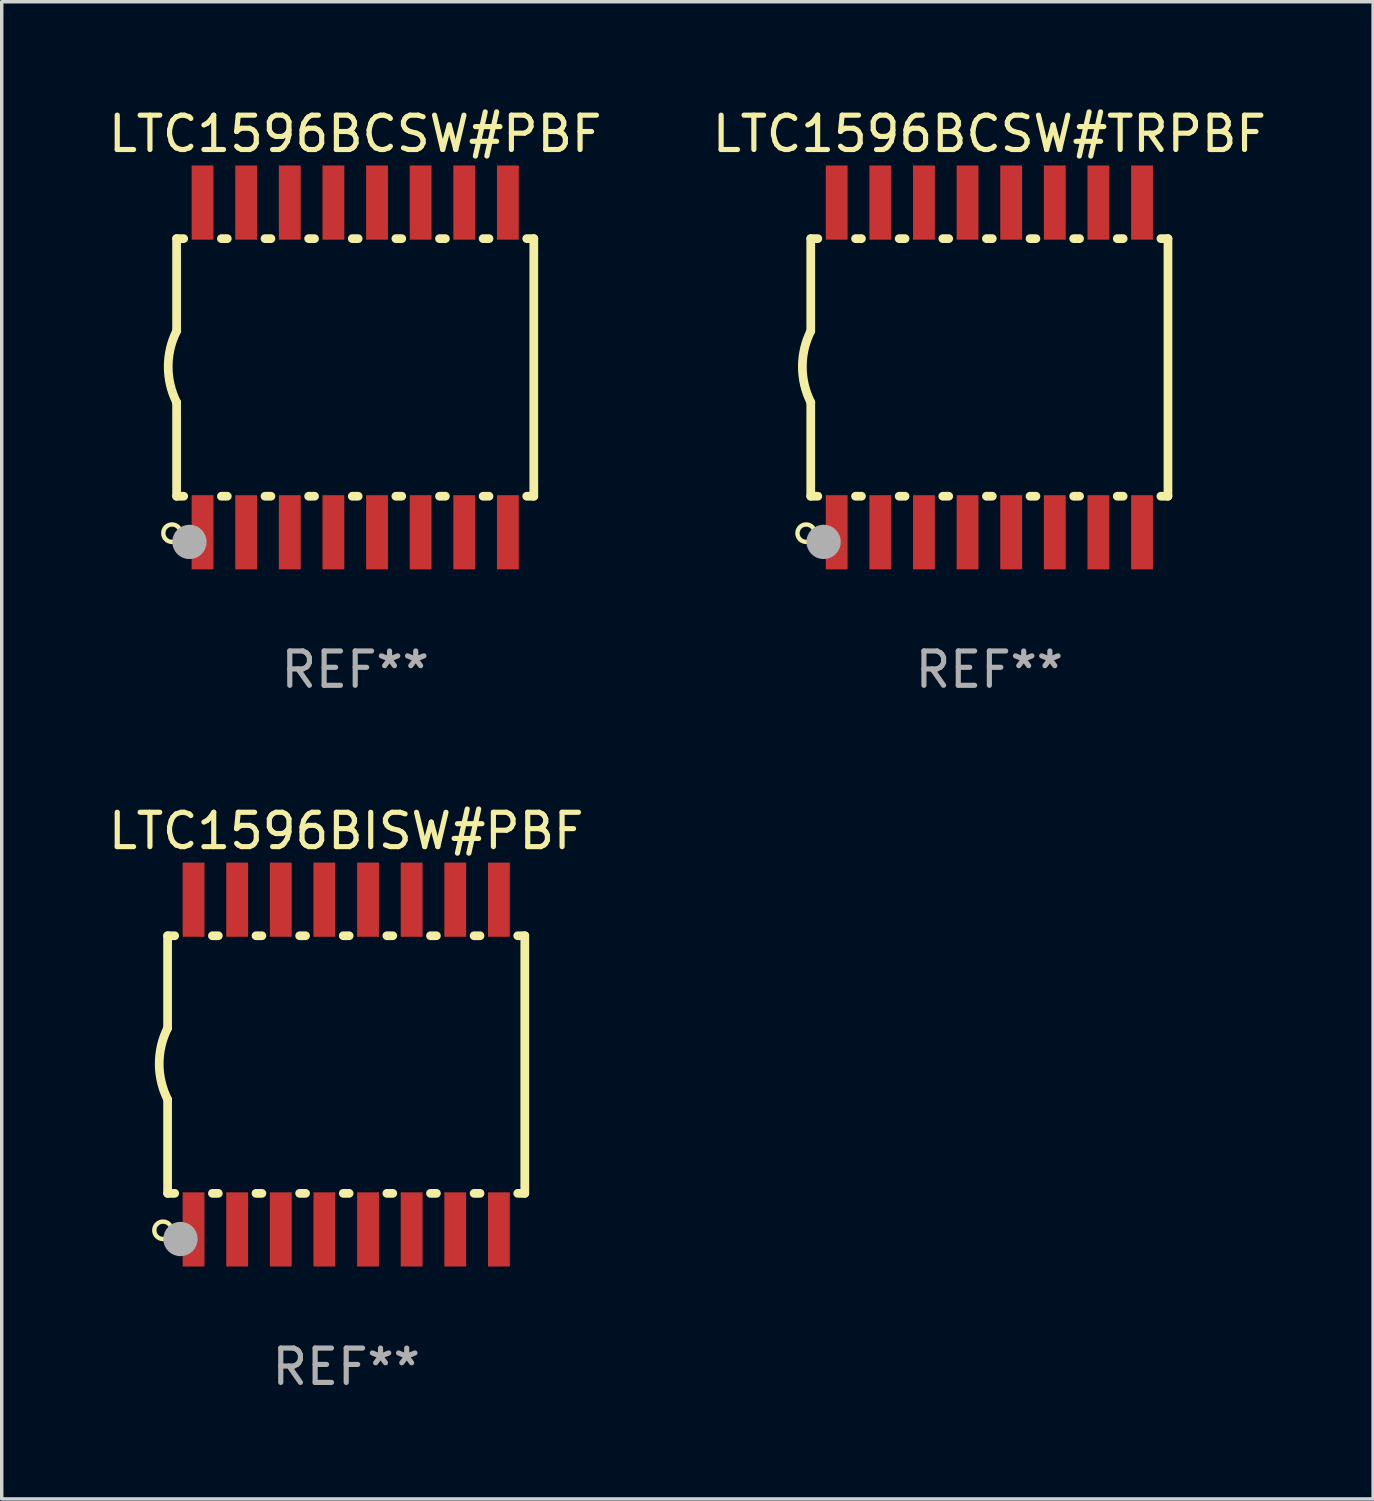
<source format=kicad_pcb>
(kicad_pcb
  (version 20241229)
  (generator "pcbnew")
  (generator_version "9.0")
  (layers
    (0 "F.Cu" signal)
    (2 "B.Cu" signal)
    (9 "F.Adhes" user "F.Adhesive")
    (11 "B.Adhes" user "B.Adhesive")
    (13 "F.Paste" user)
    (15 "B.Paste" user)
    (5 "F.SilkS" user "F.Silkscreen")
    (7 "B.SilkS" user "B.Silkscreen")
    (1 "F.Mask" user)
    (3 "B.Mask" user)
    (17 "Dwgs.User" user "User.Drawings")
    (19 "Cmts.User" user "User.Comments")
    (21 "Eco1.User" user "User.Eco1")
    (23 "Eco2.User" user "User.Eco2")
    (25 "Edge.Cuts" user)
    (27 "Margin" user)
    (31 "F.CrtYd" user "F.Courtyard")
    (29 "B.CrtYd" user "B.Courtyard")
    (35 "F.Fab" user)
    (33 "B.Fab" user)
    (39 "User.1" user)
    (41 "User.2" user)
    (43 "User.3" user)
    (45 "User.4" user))
  (footprint "LTC1596BCSW#PBF"
    (layer "F.Cu")
    (at 7.292 7.648)
    (property "Reference" "LTC1596BCSW#PBF" (at 0 -6.8 0) (layer "F.SilkS") (effects (font (size 1 1) (thickness 0.15))))
    (attr through_hole)
    (fp_line (start -5.2 -3.75) (end -5.2 -1.06) (stroke (width 0.254) (type solid)) (layer "F.SilkS"))
    (fp_line (start -5.2 -3.75) (end -4.994 -3.75) (stroke (width 0.254) (type solid)) (layer "F.SilkS"))
    (fp_line (start -5.2 3.75) (end -5.2 1.016) (stroke (width 0.254) (type solid)) (layer "F.SilkS"))
    (fp_line (start -5.2 3.75) (end -4.994 3.75) (stroke (width 0.254) (type solid)) (layer "F.SilkS"))
    (fp_line (start -3.896 -3.75) (end -3.724 -3.75) (stroke (width 0.254) (type solid)) (layer "F.SilkS"))
    (fp_line (start -3.896 3.75) (end -3.724 3.75) (stroke (width 0.254) (type solid)) (layer "F.SilkS"))
    (fp_line (start -2.626 -3.75) (end -2.454 -3.75) (stroke (width 0.254) (type solid)) (layer "F.SilkS"))
    (fp_line (start -2.626 3.75) (end -2.454 3.75) (stroke (width 0.254) (type solid)) (layer "F.SilkS"))
    (fp_line (start -1.356 -3.75) (end -1.184 -3.75) (stroke (width 0.254) (type solid)) (layer "F.SilkS"))
    (fp_line (start -1.356 3.75) (end -1.184 3.75) (stroke (width 0.254) (type solid)) (layer "F.SilkS"))
    (fp_line (start -0.086 -3.75) (end 0.086 -3.75) (stroke (width 0.254) (type solid)) (layer "F.SilkS"))
    (fp_line (start -0.086 3.75) (end 0.086 3.75) (stroke (width 0.254) (type solid)) (layer "F.SilkS"))
    (fp_line (start 1.184 -3.75) (end 1.356 -3.75) (stroke (width 0.254) (type solid)) (layer "F.SilkS"))
    (fp_line (start 1.184 3.75) (end 1.356 3.75) (stroke (width 0.254) (type solid)) (layer "F.SilkS"))
    (fp_line (start 2.454 -3.75) (end 2.626 -3.75) (stroke (width 0.254) (type solid)) (layer "F.SilkS"))
    (fp_line (start 2.454 3.75) (end 2.626 3.75) (stroke (width 0.254) (type solid)) (layer "F.SilkS"))
    (fp_line (start 3.724 -3.75) (end 3.896 -3.75) (stroke (width 0.254) (type solid)) (layer "F.SilkS"))
    (fp_line (start 3.724 3.75) (end 3.896 3.75) (stroke (width 0.254) (type solid)) (layer "F.SilkS"))
    (fp_line (start 4.994 -3.75) (end 5.2 -3.75) (stroke (width 0.254) (type solid)) (layer "F.SilkS"))
    (fp_line (start 4.994 3.75) (end 5.2 3.75) (stroke (width 0.254) (type solid)) (layer "F.SilkS"))
    (fp_line (start 5.2 3.75) (end 5.2 -3.75) (stroke (width 0.254) (type solid)) (layer "F.SilkS"))
    (fp_arc (start -5.199391 1.016002) (mid -5.444637 -0.021925) (end -5.2 -1.059995) (stroke (width 0.254001) (type solid)) (layer "F.SilkS"))
    (fp_circle (center -5.334 4.826) (end -5.08 4.826) (stroke (width 0.127) (type solid)) (fill no) (layer "F.SilkS"))
    (fp_circle (center -5.15 5.15) (end -5.12 5.15) (stroke (width 0.06) (type solid)) (fill no) (layer "F.SilkS"))
    (fp_circle (center -4.826 5.08) (end -4.576 5.08) (stroke (width 0.5) (type solid)) (fill no) (layer "F.Fab"))
    (fp_text user "REF**" (at 0 8.8 0) (layer "F.Fab") (effects (font (size 1 1) (thickness 0.15))))
    (pad "1" smd rect (at -4.445 4.8) (size 0.635 2.16) (layers "F.Cu" "F.Mask" "F.Paste"))
    (pad "2" smd rect (at -3.175 4.8) (size 0.635 2.16) (layers "F.Cu" "F.Mask" "F.Paste"))
    (pad "3" smd rect (at -1.905 4.8) (size 0.635 2.16) (layers "F.Cu" "F.Mask" "F.Paste"))
    (pad "4" smd rect (at -0.635 4.8) (size 0.635 2.16) (layers "F.Cu" "F.Mask" "F.Paste"))
    (pad "5" smd rect (at 0.635 4.8) (size 0.635 2.16) (layers "F.Cu" "F.Mask" "F.Paste"))
    (pad "6" smd rect (at 1.905 4.8) (size 0.635 2.16) (layers "F.Cu" "F.Mask" "F.Paste"))
    (pad "7" smd rect (at 3.175 4.8) (size 0.635 2.16) (layers "F.Cu" "F.Mask" "F.Paste"))
    (pad "8" smd rect (at 4.445 4.8) (size 0.635 2.16) (layers "F.Cu" "F.Mask" "F.Paste"))
    (pad "9" smd rect (at 4.445 -4.8) (size 0.635 2.16) (layers "F.Cu" "F.Mask" "F.Paste"))
    (pad "10" smd rect (at 3.175 -4.8) (size 0.635 2.16) (layers "F.Cu" "F.Mask" "F.Paste"))
    (pad "11" smd rect (at 1.905 -4.8) (size 0.635 2.16) (layers "F.Cu" "F.Mask" "F.Paste"))
    (pad "12" smd rect (at 0.635 -4.8) (size 0.635 2.16) (layers "F.Cu" "F.Mask" "F.Paste"))
    (pad "13" smd rect (at -0.635 -4.8) (size 0.635 2.16) (layers "F.Cu" "F.Mask" "F.Paste"))
    (pad "14" smd rect (at -1.905 -4.8) (size 0.635 2.16) (layers "F.Cu" "F.Mask" "F.Paste"))
    (pad "15" smd rect (at -3.175 -4.8) (size 0.635 2.16) (layers "F.Cu" "F.Mask" "F.Paste"))
    (pad "16" smd rect (at -4.445 -4.8) (size 0.635 2.16) (layers "F.Cu" "F.Mask" "F.Paste")))
  (footprint "LTC1596BISW#PBF"
    (layer "F.Cu")
    (at 7.03 27.945)
    (property "Reference" "LTC1596BISW#PBF" (at 0 -6.8 0) (layer "F.SilkS") (effects (font (size 1 1) (thickness 0.15))))
    (attr through_hole)
    (fp_line (start -5.2 -3.75) (end -5.2 -1.06) (stroke (width 0.254) (type solid)) (layer "F.SilkS"))
    (fp_line (start -5.2 -3.75) (end -4.994 -3.75) (stroke (width 0.254) (type solid)) (layer "F.SilkS"))
    (fp_line (start -5.2 3.75) (end -5.2 1.016) (stroke (width 0.254) (type solid)) (layer "F.SilkS"))
    (fp_line (start -5.2 3.75) (end -4.994 3.75) (stroke (width 0.254) (type solid)) (layer "F.SilkS"))
    (fp_line (start -3.896 -3.75) (end -3.724 -3.75) (stroke (width 0.254) (type solid)) (layer "F.SilkS"))
    (fp_line (start -3.896 3.75) (end -3.724 3.75) (stroke (width 0.254) (type solid)) (layer "F.SilkS"))
    (fp_line (start -2.626 -3.75) (end -2.454 -3.75) (stroke (width 0.254) (type solid)) (layer "F.SilkS"))
    (fp_line (start -2.626 3.75) (end -2.454 3.75) (stroke (width 0.254) (type solid)) (layer "F.SilkS"))
    (fp_line (start -1.356 -3.75) (end -1.184 -3.75) (stroke (width 0.254) (type solid)) (layer "F.SilkS"))
    (fp_line (start -1.356 3.75) (end -1.184 3.75) (stroke (width 0.254) (type solid)) (layer "F.SilkS"))
    (fp_line (start -0.086 -3.75) (end 0.086 -3.75) (stroke (width 0.254) (type solid)) (layer "F.SilkS"))
    (fp_line (start -0.086 3.75) (end 0.086 3.75) (stroke (width 0.254) (type solid)) (layer "F.SilkS"))
    (fp_line (start 1.184 -3.75) (end 1.356 -3.75) (stroke (width 0.254) (type solid)) (layer "F.SilkS"))
    (fp_line (start 1.184 3.75) (end 1.356 3.75) (stroke (width 0.254) (type solid)) (layer "F.SilkS"))
    (fp_line (start 2.454 -3.75) (end 2.626 -3.75) (stroke (width 0.254) (type solid)) (layer "F.SilkS"))
    (fp_line (start 2.454 3.75) (end 2.626 3.75) (stroke (width 0.254) (type solid)) (layer "F.SilkS"))
    (fp_line (start 3.724 -3.75) (end 3.896 -3.75) (stroke (width 0.254) (type solid)) (layer "F.SilkS"))
    (fp_line (start 3.724 3.75) (end 3.896 3.75) (stroke (width 0.254) (type solid)) (layer "F.SilkS"))
    (fp_line (start 4.994 -3.75) (end 5.2 -3.75) (stroke (width 0.254) (type solid)) (layer "F.SilkS"))
    (fp_line (start 4.994 3.75) (end 5.2 3.75) (stroke (width 0.254) (type solid)) (layer "F.SilkS"))
    (fp_line (start 5.2 3.75) (end 5.2 -3.75) (stroke (width 0.254) (type solid)) (layer "F.SilkS"))
    (fp_arc (start -5.199391 1.016002) (mid -5.444637 -0.021925) (end -5.2 -1.059995) (stroke (width 0.254001) (type solid)) (layer "F.SilkS"))
    (fp_circle (center -5.334 4.826) (end -5.08 4.826) (stroke (width 0.127) (type solid)) (fill no) (layer "F.SilkS"))
    (fp_circle (center -5.15 5.15) (end -5.12 5.15) (stroke (width 0.06) (type solid)) (fill no) (layer "F.SilkS"))
    (fp_circle (center -4.826 5.08) (end -4.576 5.08) (stroke (width 0.5) (type solid)) (fill no) (layer "F.Fab"))
    (fp_text user "REF**" (at 0 8.8 0) (layer "F.Fab") (effects (font (size 1 1) (thickness 0.15))))
    (pad "1" smd rect (at -4.445 4.8) (size 0.635 2.16) (layers "F.Cu" "F.Mask" "F.Paste"))
    (pad "2" smd rect (at -3.175 4.8) (size 0.635 2.16) (layers "F.Cu" "F.Mask" "F.Paste"))
    (pad "3" smd rect (at -1.905 4.8) (size 0.635 2.16) (layers "F.Cu" "F.Mask" "F.Paste"))
    (pad "4" smd rect (at -0.635 4.8) (size 0.635 2.16) (layers "F.Cu" "F.Mask" "F.Paste"))
    (pad "5" smd rect (at 0.635 4.8) (size 0.635 2.16) (layers "F.Cu" "F.Mask" "F.Paste"))
    (pad "6" smd rect (at 1.905 4.8) (size 0.635 2.16) (layers "F.Cu" "F.Mask" "F.Paste"))
    (pad "7" smd rect (at 3.175 4.8) (size 0.635 2.16) (layers "F.Cu" "F.Mask" "F.Paste"))
    (pad "8" smd rect (at 4.445 4.8) (size 0.635 2.16) (layers "F.Cu" "F.Mask" "F.Paste"))
    (pad "9" smd rect (at 4.445 -4.8) (size 0.635 2.16) (layers "F.Cu" "F.Mask" "F.Paste"))
    (pad "10" smd rect (at 3.175 -4.8) (size 0.635 2.16) (layers "F.Cu" "F.Mask" "F.Paste"))
    (pad "11" smd rect (at 1.905 -4.8) (size 0.635 2.16) (layers "F.Cu" "F.Mask" "F.Paste"))
    (pad "12" smd rect (at 0.635 -4.8) (size 0.635 2.16) (layers "F.Cu" "F.Mask" "F.Paste"))
    (pad "13" smd rect (at -0.635 -4.8) (size 0.635 2.16) (layers "F.Cu" "F.Mask" "F.Paste"))
    (pad "14" smd rect (at -1.905 -4.8) (size 0.635 2.16) (layers "F.Cu" "F.Mask" "F.Paste"))
    (pad "15" smd rect (at -3.175 -4.8) (size 0.635 2.16) (layers "F.Cu" "F.Mask" "F.Paste"))
    (pad "16" smd rect (at -4.445 -4.8) (size 0.635 2.16) (layers "F.Cu" "F.Mask" "F.Paste")))
  (footprint "LTC1596BCSW#TRPBF"
    (layer "F.Cu")
    (at 25.756 7.648)
    (property "Reference" "LTC1596BCSW#TRPBF" (at 0 -6.8 0) (layer "F.SilkS") (effects (font (size 1 1) (thickness 0.15))))
    (attr through_hole)
    (fp_line (start -5.2 -3.75) (end -5.2 -1.06) (stroke (width 0.254) (type solid)) (layer "F.SilkS"))
    (fp_line (start -5.2 -3.75) (end -4.994 -3.75) (stroke (width 0.254) (type solid)) (layer "F.SilkS"))
    (fp_line (start -5.2 3.75) (end -5.2 1.016) (stroke (width 0.254) (type solid)) (layer "F.SilkS"))
    (fp_line (start -5.2 3.75) (end -4.994 3.75) (stroke (width 0.254) (type solid)) (layer "F.SilkS"))
    (fp_line (start -3.896 -3.75) (end -3.724 -3.75) (stroke (width 0.254) (type solid)) (layer "F.SilkS"))
    (fp_line (start -3.896 3.75) (end -3.724 3.75) (stroke (width 0.254) (type solid)) (layer "F.SilkS"))
    (fp_line (start -2.626 -3.75) (end -2.454 -3.75) (stroke (width 0.254) (type solid)) (layer "F.SilkS"))
    (fp_line (start -2.626 3.75) (end -2.454 3.75) (stroke (width 0.254) (type solid)) (layer "F.SilkS"))
    (fp_line (start -1.356 -3.75) (end -1.184 -3.75) (stroke (width 0.254) (type solid)) (layer "F.SilkS"))
    (fp_line (start -1.356 3.75) (end -1.184 3.75) (stroke (width 0.254) (type solid)) (layer "F.SilkS"))
    (fp_line (start -0.086 -3.75) (end 0.086 -3.75) (stroke (width 0.254) (type solid)) (layer "F.SilkS"))
    (fp_line (start -0.086 3.75) (end 0.086 3.75) (stroke (width 0.254) (type solid)) (layer "F.SilkS"))
    (fp_line (start 1.184 -3.75) (end 1.356 -3.75) (stroke (width 0.254) (type solid)) (layer "F.SilkS"))
    (fp_line (start 1.184 3.75) (end 1.356 3.75) (stroke (width 0.254) (type solid)) (layer "F.SilkS"))
    (fp_line (start 2.454 -3.75) (end 2.626 -3.75) (stroke (width 0.254) (type solid)) (layer "F.SilkS"))
    (fp_line (start 2.454 3.75) (end 2.626 3.75) (stroke (width 0.254) (type solid)) (layer "F.SilkS"))
    (fp_line (start 3.724 -3.75) (end 3.896 -3.75) (stroke (width 0.254) (type solid)) (layer "F.SilkS"))
    (fp_line (start 3.724 3.75) (end 3.896 3.75) (stroke (width 0.254) (type solid)) (layer "F.SilkS"))
    (fp_line (start 4.994 -3.75) (end 5.2 -3.75) (stroke (width 0.254) (type solid)) (layer "F.SilkS"))
    (fp_line (start 4.994 3.75) (end 5.2 3.75) (stroke (width 0.254) (type solid)) (layer "F.SilkS"))
    (fp_line (start 5.2 3.75) (end 5.2 -3.75) (stroke (width 0.254) (type solid)) (layer "F.SilkS"))
    (fp_arc (start -5.199391 1.016002) (mid -5.444637 -0.021925) (end -5.2 -1.059995) (stroke (width 0.254001) (type solid)) (layer "F.SilkS"))
    (fp_circle (center -5.334 4.826) (end -5.08 4.826) (stroke (width 0.127) (type solid)) (fill no) (layer "F.SilkS"))
    (fp_circle (center -5.15 5.15) (end -5.12 5.15) (stroke (width 0.06) (type solid)) (fill no) (layer "F.SilkS"))
    (fp_circle (center -4.826 5.08) (end -4.576 5.08) (stroke (width 0.5) (type solid)) (fill no) (layer "F.Fab"))
    (fp_text user "REF**" (at 0 8.8 0) (layer "F.Fab") (effects (font (size 1 1) (thickness 0.15))))
    (pad "1" smd rect (at -4.445 4.8) (size 0.635 2.16) (layers "F.Cu" "F.Mask" "F.Paste"))
    (pad "2" smd rect (at -3.175 4.8) (size 0.635 2.16) (layers "F.Cu" "F.Mask" "F.Paste"))
    (pad "3" smd rect (at -1.905 4.8) (size 0.635 2.16) (layers "F.Cu" "F.Mask" "F.Paste"))
    (pad "4" smd rect (at -0.635 4.8) (size 0.635 2.16) (layers "F.Cu" "F.Mask" "F.Paste"))
    (pad "5" smd rect (at 0.635 4.8) (size 0.635 2.16) (layers "F.Cu" "F.Mask" "F.Paste"))
    (pad "6" smd rect (at 1.905 4.8) (size 0.635 2.16) (layers "F.Cu" "F.Mask" "F.Paste"))
    (pad "7" smd rect (at 3.175 4.8) (size 0.635 2.16) (layers "F.Cu" "F.Mask" "F.Paste"))
    (pad "8" smd rect (at 4.445 4.8) (size 0.635 2.16) (layers "F.Cu" "F.Mask" "F.Paste"))
    (pad "9" smd rect (at 4.445 -4.8) (size 0.635 2.16) (layers "F.Cu" "F.Mask" "F.Paste"))
    (pad "10" smd rect (at 3.175 -4.8) (size 0.635 2.16) (layers "F.Cu" "F.Mask" "F.Paste"))
    (pad "11" smd rect (at 1.905 -4.8) (size 0.635 2.16) (layers "F.Cu" "F.Mask" "F.Paste"))
    (pad "12" smd rect (at 0.635 -4.8) (size 0.635 2.16) (layers "F.Cu" "F.Mask" "F.Paste"))
    (pad "13" smd rect (at -0.635 -4.8) (size 0.635 2.16) (layers "F.Cu" "F.Mask" "F.Paste"))
    (pad "14" smd rect (at -1.905 -4.8) (size 0.635 2.16) (layers "F.Cu" "F.Mask" "F.Paste"))
    (pad "15" smd rect (at -3.175 -4.8) (size 0.635 2.16) (layers "F.Cu" "F.Mask" "F.Paste"))
    (pad "16" smd rect (at -4.445 -4.8) (size 0.635 2.16) (layers "F.Cu" "F.Mask" "F.Paste")))
  (gr_rect
    (start -3 -3)
    (end 36.929 40.593)
    (stroke (width 0.1) (type default))
    (fill no)
    (layer "Edge.Cuts")))
</source>
